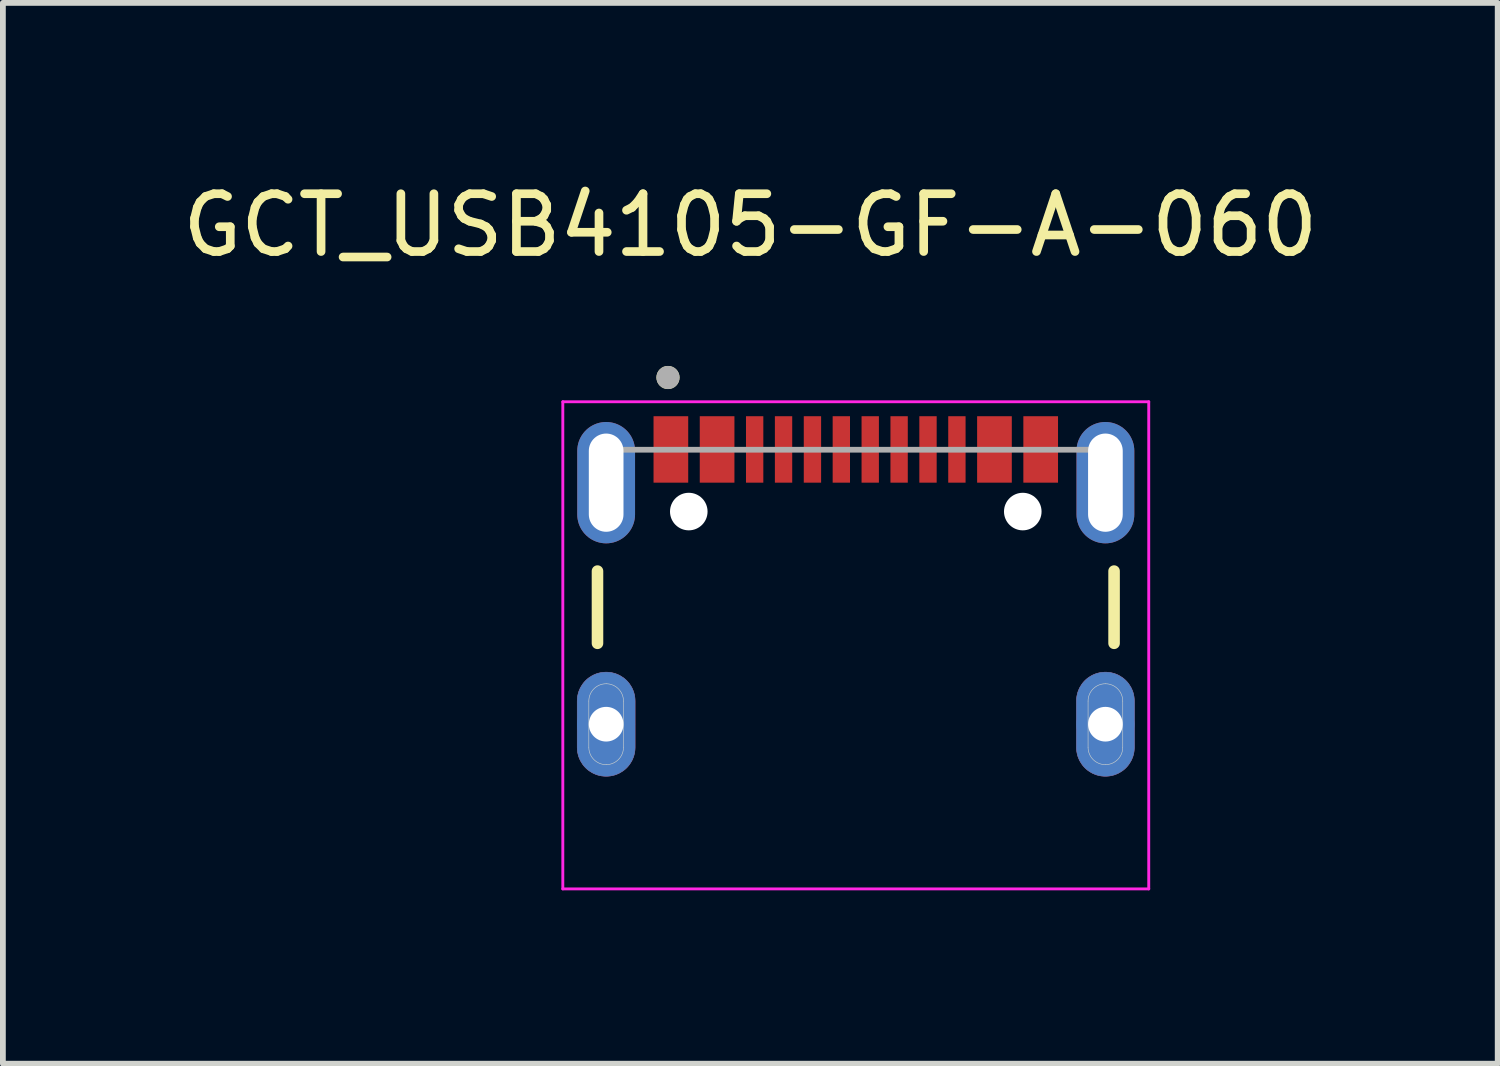
<source format=kicad_pcb>
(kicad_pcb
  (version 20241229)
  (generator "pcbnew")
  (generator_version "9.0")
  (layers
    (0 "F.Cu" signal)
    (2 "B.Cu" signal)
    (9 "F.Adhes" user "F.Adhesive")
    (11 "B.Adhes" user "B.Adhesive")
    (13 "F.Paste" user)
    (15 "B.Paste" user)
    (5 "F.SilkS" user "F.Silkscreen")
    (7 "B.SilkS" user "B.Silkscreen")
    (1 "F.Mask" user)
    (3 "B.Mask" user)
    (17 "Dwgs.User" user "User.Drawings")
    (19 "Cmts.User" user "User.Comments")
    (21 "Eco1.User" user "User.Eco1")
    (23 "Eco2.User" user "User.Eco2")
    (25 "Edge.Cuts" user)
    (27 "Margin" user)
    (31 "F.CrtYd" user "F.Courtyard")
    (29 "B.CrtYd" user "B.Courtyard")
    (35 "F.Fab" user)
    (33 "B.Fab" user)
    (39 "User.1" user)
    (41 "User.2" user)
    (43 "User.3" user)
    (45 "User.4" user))
  (footprint "GCT_USB4105-GF-A-060"
    (layer "F.Cu")
    (at 11.76 9.483)
    (property "Reference" "GCT_USB4105-GF-A-060" (at -1.825 -8.635 0) (layer "F.SilkS") (effects (font (size 1 1) (thickness 0.15))))
    (attr smd)
    (fp_poly (pts (xy -4.82 0) (xy -4.82 -0.4) (xy -4.819 -0.426) (xy -4.817 -0.452) (xy -4.814 -0.478) (xy -4.809 -0.504) (xy -4.803 -0.529) (xy -4.796 -0.555) (xy -4.787 -0.579) (xy -4.777 -0.603) (xy -4.766 -0.627) (xy -4.753 -0.65) (xy -4.739 -0.672) (xy -4.725 -0.694) (xy -4.709 -0.715) (xy -4.692 -0.735) (xy -4.674 -0.754) (xy -4.655 -0.772) (xy -4.635 -0.789) (xy -4.614 -0.805) (xy -4.592 -0.819) (xy -4.57 -0.833) (xy -4.547 -0.846) (xy -4.523 -0.857) (xy -4.499 -0.867) (xy -4.475 -0.876) (xy -4.449 -0.883) (xy -4.424 -0.889) (xy -4.398 -0.894) (xy -4.372 -0.897) (xy -4.346 -0.899) (xy -4.32 -0.9) (xy -4.294 -0.899) (xy -4.268 -0.897) (xy -4.242 -0.894) (xy -4.216 -0.889) (xy -4.191 -0.883) (xy -4.165 -0.876) (xy -4.141 -0.867) (xy -4.117 -0.857) (xy -4.093 -0.846) (xy -4.07 -0.833) (xy -4.048 -0.819) (xy -4.026 -0.805) (xy -4.005 -0.789) (xy -3.985 -0.772) (xy -3.966 -0.754) (xy -3.948 -0.735) (xy -3.931 -0.715) (xy -3.915 -0.694) (xy -3.901 -0.672) (xy -3.887 -0.65) (xy -3.874 -0.627) (xy -3.863 -0.603) (xy -3.853 -0.579) (xy -3.844 -0.555) (xy -3.837 -0.529) (xy -3.831 -0.504) (xy -3.826 -0.478) (xy -3.823 -0.452) (xy -3.821 -0.426) (xy -3.82 -0.4) (xy -3.82 0) (xy -3.82 0.4) (xy -3.821 0.426) (xy -3.823 0.452) (xy -3.826 0.478) (xy -3.831 0.504) (xy -3.837 0.529) (xy -3.844 0.555) (xy -3.853 0.579) (xy -3.863 0.603) (xy -3.874 0.627) (xy -3.887 0.65) (xy -3.901 0.672) (xy -3.915 0.694) (xy -3.931 0.715) (xy -3.948 0.735) (xy -3.966 0.754) (xy -3.985 0.772) (xy -4.005 0.789) (xy -4.026 0.805) (xy -4.048 0.819) (xy -4.07 0.833) (xy -4.093 0.846) (xy -4.117 0.857) (xy -4.141 0.867) (xy -4.165 0.876) (xy -4.191 0.883) (xy -4.216 0.889) (xy -4.242 0.894) (xy -4.268 0.897) (xy -4.294 0.899) (xy -4.32 0.9) (xy -4.346 0.899) (xy -4.372 0.897) (xy -4.398 0.894) (xy -4.424 0.889) (xy -4.449 0.883) (xy -4.475 0.876) (xy -4.499 0.867) (xy -4.523 0.857) (xy -4.547 0.846) (xy -4.57 0.833) (xy -4.592 0.819) (xy -4.614 0.805) (xy -4.635 0.789) (xy -4.655 0.772) (xy -4.674 0.754) (xy -4.692 0.735) (xy -4.709 0.715) (xy -4.725 0.694) (xy -4.739 0.672) (xy -4.753 0.65) (xy -4.766 0.627) (xy -4.777 0.603) (xy -4.787 0.579) (xy -4.796 0.555) (xy -4.803 0.529) (xy -4.809 0.504) (xy -4.814 0.478) (xy -4.817 0.452) (xy -4.819 0.426) (xy -4.82 0.4) (xy -4.82 0)) (stroke (width 0.01) (type solid)) (fill yes) (layer "F.Cu"))
    (fp_poly (pts (xy 3.82 0) (xy 3.82 -0.4) (xy 3.821 -0.426) (xy 3.823 -0.452) (xy 3.826 -0.478) (xy 3.831 -0.504) (xy 3.837 -0.529) (xy 3.844 -0.555) (xy 3.853 -0.579) (xy 3.863 -0.603) (xy 3.874 -0.627) (xy 3.887 -0.65) (xy 3.901 -0.672) (xy 3.915 -0.694) (xy 3.931 -0.715) (xy 3.948 -0.735) (xy 3.966 -0.754) (xy 3.985 -0.772) (xy 4.005 -0.789) (xy 4.026 -0.805) (xy 4.048 -0.819) (xy 4.07 -0.833) (xy 4.093 -0.846) (xy 4.117 -0.857) (xy 4.141 -0.867) (xy 4.165 -0.876) (xy 4.191 -0.883) (xy 4.216 -0.889) (xy 4.242 -0.894) (xy 4.268 -0.897) (xy 4.294 -0.899) (xy 4.32 -0.9) (xy 4.346 -0.899) (xy 4.372 -0.897) (xy 4.398 -0.894) (xy 4.424 -0.889) (xy 4.449 -0.883) (xy 4.475 -0.876) (xy 4.499 -0.867) (xy 4.523 -0.857) (xy 4.547 -0.846) (xy 4.57 -0.833) (xy 4.592 -0.819) (xy 4.614 -0.805) (xy 4.635 -0.789) (xy 4.655 -0.772) (xy 4.674 -0.754) (xy 4.692 -0.735) (xy 4.709 -0.715) (xy 4.725 -0.694) (xy 4.739 -0.672) (xy 4.753 -0.65) (xy 4.766 -0.627) (xy 4.777 -0.603) (xy 4.787 -0.579) (xy 4.796 -0.555) (xy 4.803 -0.529) (xy 4.809 -0.504) (xy 4.814 -0.478) (xy 4.817 -0.452) (xy 4.819 -0.426) (xy 4.82 -0.4) (xy 4.82 0) (xy 4.82 0.4) (xy 4.819 0.426) (xy 4.817 0.452) (xy 4.814 0.478) (xy 4.809 0.504) (xy 4.803 0.529) (xy 4.796 0.555) (xy 4.787 0.579) (xy 4.777 0.603) (xy 4.766 0.627) (xy 4.753 0.65) (xy 4.739 0.672) (xy 4.725 0.694) (xy 4.709 0.715) (xy 4.692 0.735) (xy 4.674 0.754) (xy 4.655 0.772) (xy 4.635 0.789) (xy 4.614 0.805) (xy 4.592 0.819) (xy 4.57 0.833) (xy 4.547 0.846) (xy 4.523 0.857) (xy 4.499 0.867) (xy 4.475 0.876) (xy 4.449 0.883) (xy 4.424 0.889) (xy 4.398 0.894) (xy 4.372 0.897) (xy 4.346 0.899) (xy 4.32 0.9) (xy 4.294 0.899) (xy 4.268 0.897) (xy 4.242 0.894) (xy 4.216 0.889) (xy 4.191 0.883) (xy 4.165 0.876) (xy 4.141 0.867) (xy 4.117 0.857) (xy 4.093 0.846) (xy 4.07 0.833) (xy 4.048 0.819) (xy 4.026 0.805) (xy 4.005 0.789) (xy 3.985 0.772) (xy 3.966 0.754) (xy 3.948 0.735) (xy 3.931 0.715) (xy 3.915 0.694) (xy 3.901 0.672) (xy 3.887 0.65) (xy 3.874 0.627) (xy 3.863 0.603) (xy 3.853 0.579) (xy 3.844 0.555) (xy 3.837 0.529) (xy 3.831 0.504) (xy 3.826 0.478) (xy 3.823 0.452) (xy 3.821 0.426) (xy 3.82 0.4) (xy 3.82 0)) (stroke (width 0.01) (type solid)) (fill yes) (layer "F.Cu"))
    (fp_poly (pts (xy -4.92 0) (xy -4.92 -0.4) (xy -4.919 -0.431) (xy -4.917 -0.463) (xy -4.913 -0.494) (xy -4.907 -0.525) (xy -4.9 -0.555) (xy -4.891 -0.585) (xy -4.88 -0.615) (xy -4.868 -0.644) (xy -4.855 -0.672) (xy -4.84 -0.7) (xy -4.823 -0.727) (xy -4.805 -0.753) (xy -4.786 -0.778) (xy -4.766 -0.801) (xy -4.744 -0.824) (xy -4.721 -0.846) (xy -4.698 -0.866) (xy -4.673 -0.885) (xy -4.647 -0.903) (xy -4.62 -0.92) (xy -4.592 -0.935) (xy -4.564 -0.948) (xy -4.535 -0.96) (xy -4.505 -0.971) (xy -4.475 -0.98) (xy -4.445 -0.987) (xy -4.414 -0.993) (xy -4.383 -0.997) (xy -4.351 -0.999) (xy -4.32 -1) (xy -4.289 -0.999) (xy -4.257 -0.997) (xy -4.226 -0.993) (xy -4.195 -0.987) (xy -4.165 -0.98) (xy -4.135 -0.971) (xy -4.105 -0.96) (xy -4.076 -0.948) (xy -4.048 -0.935) (xy -4.02 -0.92) (xy -3.993 -0.903) (xy -3.967 -0.885) (xy -3.942 -0.866) (xy -3.919 -0.846) (xy -3.896 -0.824) (xy -3.874 -0.801) (xy -3.854 -0.778) (xy -3.835 -0.753) (xy -3.817 -0.727) (xy -3.8 -0.7) (xy -3.785 -0.672) (xy -3.772 -0.644) (xy -3.76 -0.615) (xy -3.749 -0.585) (xy -3.74 -0.555) (xy -3.733 -0.525) (xy -3.727 -0.494) (xy -3.723 -0.463) (xy -3.721 -0.431) (xy -3.72 -0.4) (xy -3.72 0) (xy -3.72 0.4) (xy -3.721 0.431) (xy -3.723 0.463) (xy -3.727 0.494) (xy -3.733 0.525) (xy -3.74 0.555) (xy -3.749 0.585) (xy -3.76 0.615) (xy -3.772 0.644) (xy -3.785 0.672) (xy -3.8 0.7) (xy -3.817 0.727) (xy -3.835 0.753) (xy -3.854 0.778) (xy -3.874 0.801) (xy -3.896 0.824) (xy -3.919 0.846) (xy -3.942 0.866) (xy -3.967 0.885) (xy -3.993 0.903) (xy -4.02 0.92) (xy -4.048 0.935) (xy -4.076 0.948) (xy -4.105 0.96) (xy -4.135 0.971) (xy -4.165 0.98) (xy -4.195 0.987) (xy -4.226 0.993) (xy -4.257 0.997) (xy -4.289 0.999) (xy -4.32 1) (xy -4.351 0.999) (xy -4.383 0.997) (xy -4.414 0.993) (xy -4.445 0.987) (xy -4.475 0.98) (xy -4.505 0.971) (xy -4.535 0.96) (xy -4.564 0.948) (xy -4.592 0.935) (xy -4.62 0.92) (xy -4.647 0.903) (xy -4.673 0.885) (xy -4.698 0.866) (xy -4.721 0.846) (xy -4.744 0.824) (xy -4.766 0.801) (xy -4.786 0.778) (xy -4.805 0.753) (xy -4.823 0.727) (xy -4.84 0.7) (xy -4.855 0.672) (xy -4.868 0.644) (xy -4.88 0.615) (xy -4.891 0.585) (xy -4.9 0.555) (xy -4.907 0.525) (xy -4.913 0.494) (xy -4.917 0.463) (xy -4.919 0.431) (xy -4.92 0.4) (xy -4.92 0)) (stroke (width 0.01) (type solid)) (fill yes) (layer "F.Mask"))
    (fp_poly (pts (xy 3.72 0) (xy 3.72 -0.4) (xy 3.721 -0.431) (xy 3.723 -0.463) (xy 3.727 -0.494) (xy 3.733 -0.525) (xy 3.74 -0.555) (xy 3.749 -0.585) (xy 3.76 -0.615) (xy 3.772 -0.644) (xy 3.785 -0.672) (xy 3.8 -0.7) (xy 3.817 -0.727) (xy 3.835 -0.753) (xy 3.854 -0.778) (xy 3.874 -0.801) (xy 3.896 -0.824) (xy 3.919 -0.846) (xy 3.942 -0.866) (xy 3.967 -0.885) (xy 3.993 -0.903) (xy 4.02 -0.92) (xy 4.048 -0.935) (xy 4.076 -0.948) (xy 4.105 -0.96) (xy 4.135 -0.971) (xy 4.165 -0.98) (xy 4.195 -0.987) (xy 4.226 -0.993) (xy 4.257 -0.997) (xy 4.289 -0.999) (xy 4.32 -1) (xy 4.351 -0.999) (xy 4.383 -0.997) (xy 4.414 -0.993) (xy 4.445 -0.987) (xy 4.475 -0.98) (xy 4.505 -0.971) (xy 4.535 -0.96) (xy 4.564 -0.948) (xy 4.592 -0.935) (xy 4.62 -0.92) (xy 4.647 -0.903) (xy 4.673 -0.885) (xy 4.698 -0.866) (xy 4.721 -0.846) (xy 4.744 -0.824) (xy 4.766 -0.801) (xy 4.786 -0.778) (xy 4.805 -0.753) (xy 4.823 -0.727) (xy 4.84 -0.7) (xy 4.855 -0.672) (xy 4.868 -0.644) (xy 4.88 -0.615) (xy 4.891 -0.585) (xy 4.9 -0.555) (xy 4.907 -0.525) (xy 4.913 -0.494) (xy 4.917 -0.463) (xy 4.919 -0.431) (xy 4.92 -0.4) (xy 4.92 0) (xy 4.92 0.4) (xy 4.919 0.431) (xy 4.917 0.463) (xy 4.913 0.494) (xy 4.907 0.525) (xy 4.9 0.555) (xy 4.891 0.585) (xy 4.88 0.615) (xy 4.868 0.644) (xy 4.855 0.672) (xy 4.84 0.7) (xy 4.823 0.727) (xy 4.805 0.753) (xy 4.786 0.778) (xy 4.766 0.801) (xy 4.744 0.824) (xy 4.721 0.846) (xy 4.698 0.866) (xy 4.673 0.885) (xy 4.647 0.903) (xy 4.62 0.92) (xy 4.592 0.935) (xy 4.564 0.948) (xy 4.535 0.96) (xy 4.505 0.971) (xy 4.475 0.98) (xy 4.445 0.987) (xy 4.414 0.993) (xy 4.383 0.997) (xy 4.351 0.999) (xy 4.32 1) (xy 4.289 0.999) (xy 4.257 0.997) (xy 4.226 0.993) (xy 4.195 0.987) (xy 4.165 0.98) (xy 4.135 0.971) (xy 4.105 0.96) (xy 4.076 0.948) (xy 4.048 0.935) (xy 4.02 0.92) (xy 3.993 0.903) (xy 3.967 0.885) (xy 3.942 0.866) (xy 3.919 0.846) (xy 3.896 0.824) (xy 3.874 0.801) (xy 3.854 0.778) (xy 3.835 0.753) (xy 3.817 0.727) (xy 3.8 0.7) (xy 3.785 0.672) (xy 3.772 0.644) (xy 3.76 0.615) (xy 3.749 0.585) (xy 3.74 0.555) (xy 3.733 0.525) (xy 3.727 0.494) (xy 3.723 0.463) (xy 3.721 0.431) (xy 3.72 0.4) (xy 3.72 0)) (stroke (width 0.01) (type solid)) (fill yes) (layer "F.Mask"))
    (fp_poly (pts (xy -4.82 0) (xy -4.82 -0.4) (xy -4.819 -0.426) (xy -4.817 -0.452) (xy -4.814 -0.478) (xy -4.809 -0.504) (xy -4.803 -0.529) (xy -4.796 -0.555) (xy -4.787 -0.579) (xy -4.777 -0.603) (xy -4.766 -0.627) (xy -4.753 -0.65) (xy -4.739 -0.672) (xy -4.725 -0.694) (xy -4.709 -0.715) (xy -4.692 -0.735) (xy -4.674 -0.754) (xy -4.655 -0.772) (xy -4.635 -0.789) (xy -4.614 -0.805) (xy -4.592 -0.819) (xy -4.57 -0.833) (xy -4.547 -0.846) (xy -4.523 -0.857) (xy -4.499 -0.867) (xy -4.475 -0.876) (xy -4.449 -0.883) (xy -4.424 -0.889) (xy -4.398 -0.894) (xy -4.372 -0.897) (xy -4.346 -0.899) (xy -4.32 -0.9) (xy -4.294 -0.899) (xy -4.268 -0.897) (xy -4.242 -0.894) (xy -4.216 -0.889) (xy -4.191 -0.883) (xy -4.165 -0.876) (xy -4.141 -0.867) (xy -4.117 -0.857) (xy -4.093 -0.846) (xy -4.07 -0.833) (xy -4.048 -0.819) (xy -4.026 -0.805) (xy -4.005 -0.789) (xy -3.985 -0.772) (xy -3.966 -0.754) (xy -3.948 -0.735) (xy -3.931 -0.715) (xy -3.915 -0.694) (xy -3.901 -0.672) (xy -3.887 -0.65) (xy -3.874 -0.627) (xy -3.863 -0.603) (xy -3.853 -0.579) (xy -3.844 -0.555) (xy -3.837 -0.529) (xy -3.831 -0.504) (xy -3.826 -0.478) (xy -3.823 -0.452) (xy -3.821 -0.426) (xy -3.82 -0.4) (xy -3.82 0) (xy -3.82 0.4) (xy -3.821 0.426) (xy -3.823 0.452) (xy -3.826 0.478) (xy -3.831 0.504) (xy -3.837 0.529) (xy -3.844 0.555) (xy -3.853 0.579) (xy -3.863 0.603) (xy -3.874 0.627) (xy -3.887 0.65) (xy -3.901 0.672) (xy -3.915 0.694) (xy -3.931 0.715) (xy -3.948 0.735) (xy -3.966 0.754) (xy -3.985 0.772) (xy -4.005 0.789) (xy -4.026 0.805) (xy -4.048 0.819) (xy -4.07 0.833) (xy -4.093 0.846) (xy -4.117 0.857) (xy -4.141 0.867) (xy -4.165 0.876) (xy -4.191 0.883) (xy -4.216 0.889) (xy -4.242 0.894) (xy -4.268 0.897) (xy -4.294 0.899) (xy -4.32 0.9) (xy -4.346 0.899) (xy -4.372 0.897) (xy -4.398 0.894) (xy -4.424 0.889) (xy -4.449 0.883) (xy -4.475 0.876) (xy -4.499 0.867) (xy -4.523 0.857) (xy -4.547 0.846) (xy -4.57 0.833) (xy -4.592 0.819) (xy -4.614 0.805) (xy -4.635 0.789) (xy -4.655 0.772) (xy -4.674 0.754) (xy -4.692 0.735) (xy -4.709 0.715) (xy -4.725 0.694) (xy -4.739 0.672) (xy -4.753 0.65) (xy -4.766 0.627) (xy -4.777 0.603) (xy -4.787 0.579) (xy -4.796 0.555) (xy -4.803 0.529) (xy -4.809 0.504) (xy -4.814 0.478) (xy -4.817 0.452) (xy -4.819 0.426) (xy -4.82 0.4) (xy -4.82 0)) (stroke (width 0.01) (type solid)) (fill yes) (layer "B.Cu"))
    (fp_poly (pts (xy 3.82 0) (xy 3.82 -0.4) (xy 3.821 -0.426) (xy 3.823 -0.452) (xy 3.826 -0.478) (xy 3.831 -0.504) (xy 3.837 -0.529) (xy 3.844 -0.555) (xy 3.853 -0.579) (xy 3.863 -0.603) (xy 3.874 -0.627) (xy 3.887 -0.65) (xy 3.901 -0.672) (xy 3.915 -0.694) (xy 3.931 -0.715) (xy 3.948 -0.735) (xy 3.966 -0.754) (xy 3.985 -0.772) (xy 4.005 -0.789) (xy 4.026 -0.805) (xy 4.048 -0.819) (xy 4.07 -0.833) (xy 4.093 -0.846) (xy 4.117 -0.857) (xy 4.141 -0.867) (xy 4.165 -0.876) (xy 4.191 -0.883) (xy 4.216 -0.889) (xy 4.242 -0.894) (xy 4.268 -0.897) (xy 4.294 -0.899) (xy 4.32 -0.9) (xy 4.346 -0.899) (xy 4.372 -0.897) (xy 4.398 -0.894) (xy 4.424 -0.889) (xy 4.449 -0.883) (xy 4.475 -0.876) (xy 4.499 -0.867) (xy 4.523 -0.857) (xy 4.547 -0.846) (xy 4.57 -0.833) (xy 4.592 -0.819) (xy 4.614 -0.805) (xy 4.635 -0.789) (xy 4.655 -0.772) (xy 4.674 -0.754) (xy 4.692 -0.735) (xy 4.709 -0.715) (xy 4.725 -0.694) (xy 4.739 -0.672) (xy 4.753 -0.65) (xy 4.766 -0.627) (xy 4.777 -0.603) (xy 4.787 -0.579) (xy 4.796 -0.555) (xy 4.803 -0.529) (xy 4.809 -0.504) (xy 4.814 -0.478) (xy 4.817 -0.452) (xy 4.819 -0.426) (xy 4.82 -0.4) (xy 4.82 0) (xy 4.82 0.4) (xy 4.819 0.426) (xy 4.817 0.452) (xy 4.814 0.478) (xy 4.809 0.504) (xy 4.803 0.529) (xy 4.796 0.555) (xy 4.787 0.579) (xy 4.777 0.603) (xy 4.766 0.627) (xy 4.753 0.65) (xy 4.739 0.672) (xy 4.725 0.694) (xy 4.709 0.715) (xy 4.692 0.735) (xy 4.674 0.754) (xy 4.655 0.772) (xy 4.635 0.789) (xy 4.614 0.805) (xy 4.592 0.819) (xy 4.57 0.833) (xy 4.547 0.846) (xy 4.523 0.857) (xy 4.499 0.867) (xy 4.475 0.876) (xy 4.449 0.883) (xy 4.424 0.889) (xy 4.398 0.894) (xy 4.372 0.897) (xy 4.346 0.899) (xy 4.32 0.9) (xy 4.294 0.899) (xy 4.268 0.897) (xy 4.242 0.894) (xy 4.216 0.889) (xy 4.191 0.883) (xy 4.165 0.876) (xy 4.141 0.867) (xy 4.117 0.857) (xy 4.093 0.846) (xy 4.07 0.833) (xy 4.048 0.819) (xy 4.026 0.805) (xy 4.005 0.789) (xy 3.985 0.772) (xy 3.966 0.754) (xy 3.948 0.735) (xy 3.931 0.715) (xy 3.915 0.694) (xy 3.901 0.672) (xy 3.887 0.65) (xy 3.874 0.627) (xy 3.863 0.603) (xy 3.853 0.579) (xy 3.844 0.555) (xy 3.837 0.529) (xy 3.831 0.504) (xy 3.826 0.478) (xy 3.823 0.452) (xy 3.821 0.426) (xy 3.82 0.4) (xy 3.82 0)) (stroke (width 0.01) (type solid)) (fill yes) (layer "B.Cu"))
    (fp_poly (pts (xy -4.92 0) (xy -4.92 -0.4) (xy -4.919 -0.431) (xy -4.917 -0.463) (xy -4.913 -0.494) (xy -4.907 -0.525) (xy -4.9 -0.555) (xy -4.891 -0.585) (xy -4.88 -0.615) (xy -4.868 -0.644) (xy -4.855 -0.672) (xy -4.84 -0.7) (xy -4.823 -0.727) (xy -4.805 -0.753) (xy -4.786 -0.778) (xy -4.766 -0.801) (xy -4.744 -0.824) (xy -4.721 -0.846) (xy -4.698 -0.866) (xy -4.673 -0.885) (xy -4.647 -0.903) (xy -4.62 -0.92) (xy -4.592 -0.935) (xy -4.564 -0.948) (xy -4.535 -0.96) (xy -4.505 -0.971) (xy -4.475 -0.98) (xy -4.445 -0.987) (xy -4.414 -0.993) (xy -4.383 -0.997) (xy -4.351 -0.999) (xy -4.32 -1) (xy -4.289 -0.999) (xy -4.257 -0.997) (xy -4.226 -0.993) (xy -4.195 -0.987) (xy -4.165 -0.98) (xy -4.135 -0.971) (xy -4.105 -0.96) (xy -4.076 -0.948) (xy -4.048 -0.935) (xy -4.02 -0.92) (xy -3.993 -0.903) (xy -3.967 -0.885) (xy -3.942 -0.866) (xy -3.919 -0.846) (xy -3.896 -0.824) (xy -3.874 -0.801) (xy -3.854 -0.778) (xy -3.835 -0.753) (xy -3.817 -0.727) (xy -3.8 -0.7) (xy -3.785 -0.672) (xy -3.772 -0.644) (xy -3.76 -0.615) (xy -3.749 -0.585) (xy -3.74 -0.555) (xy -3.733 -0.525) (xy -3.727 -0.494) (xy -3.723 -0.463) (xy -3.721 -0.431) (xy -3.72 -0.4) (xy -3.72 0) (xy -3.72 0.4) (xy -3.721 0.431) (xy -3.723 0.463) (xy -3.727 0.494) (xy -3.733 0.525) (xy -3.74 0.555) (xy -3.749 0.585) (xy -3.76 0.615) (xy -3.772 0.644) (xy -3.785 0.672) (xy -3.8 0.7) (xy -3.817 0.727) (xy -3.835 0.753) (xy -3.854 0.778) (xy -3.874 0.801) (xy -3.896 0.824) (xy -3.919 0.846) (xy -3.942 0.866) (xy -3.967 0.885) (xy -3.993 0.903) (xy -4.02 0.92) (xy -4.048 0.935) (xy -4.076 0.948) (xy -4.105 0.96) (xy -4.135 0.971) (xy -4.165 0.98) (xy -4.195 0.987) (xy -4.226 0.993) (xy -4.257 0.997) (xy -4.289 0.999) (xy -4.32 1) (xy -4.351 0.999) (xy -4.383 0.997) (xy -4.414 0.993) (xy -4.445 0.987) (xy -4.475 0.98) (xy -4.505 0.971) (xy -4.535 0.96) (xy -4.564 0.948) (xy -4.592 0.935) (xy -4.62 0.92) (xy -4.647 0.903) (xy -4.673 0.885) (xy -4.698 0.866) (xy -4.721 0.846) (xy -4.744 0.824) (xy -4.766 0.801) (xy -4.786 0.778) (xy -4.805 0.753) (xy -4.823 0.727) (xy -4.84 0.7) (xy -4.855 0.672) (xy -4.868 0.644) (xy -4.88 0.615) (xy -4.891 0.585) (xy -4.9 0.555) (xy -4.907 0.525) (xy -4.913 0.494) (xy -4.917 0.463) (xy -4.919 0.431) (xy -4.92 0.4) (xy -4.92 0)) (stroke (width 0.01) (type solid)) (fill yes) (layer "B.Mask"))
    (fp_poly (pts (xy 3.72 0) (xy 3.72 -0.4) (xy 3.721 -0.431) (xy 3.723 -0.463) (xy 3.727 -0.494) (xy 3.733 -0.525) (xy 3.74 -0.555) (xy 3.749 -0.585) (xy 3.76 -0.615) (xy 3.772 -0.644) (xy 3.785 -0.672) (xy 3.8 -0.7) (xy 3.817 -0.727) (xy 3.835 -0.753) (xy 3.854 -0.778) (xy 3.874 -0.801) (xy 3.896 -0.824) (xy 3.919 -0.846) (xy 3.942 -0.866) (xy 3.967 -0.885) (xy 3.993 -0.903) (xy 4.02 -0.92) (xy 4.048 -0.935) (xy 4.076 -0.948) (xy 4.105 -0.96) (xy 4.135 -0.971) (xy 4.165 -0.98) (xy 4.195 -0.987) (xy 4.226 -0.993) (xy 4.257 -0.997) (xy 4.289 -0.999) (xy 4.32 -1) (xy 4.351 -0.999) (xy 4.383 -0.997) (xy 4.414 -0.993) (xy 4.445 -0.987) (xy 4.475 -0.98) (xy 4.505 -0.971) (xy 4.535 -0.96) (xy 4.564 -0.948) (xy 4.592 -0.935) (xy 4.62 -0.92) (xy 4.647 -0.903) (xy 4.673 -0.885) (xy 4.698 -0.866) (xy 4.721 -0.846) (xy 4.744 -0.824) (xy 4.766 -0.801) (xy 4.786 -0.778) (xy 4.805 -0.753) (xy 4.823 -0.727) (xy 4.84 -0.7) (xy 4.855 -0.672) (xy 4.868 -0.644) (xy 4.88 -0.615) (xy 4.891 -0.585) (xy 4.9 -0.555) (xy 4.907 -0.525) (xy 4.913 -0.494) (xy 4.917 -0.463) (xy 4.919 -0.431) (xy 4.92 -0.4) (xy 4.92 0) (xy 4.92 0.4) (xy 4.919 0.431) (xy 4.917 0.463) (xy 4.913 0.494) (xy 4.907 0.525) (xy 4.9 0.555) (xy 4.891 0.585) (xy 4.88 0.615) (xy 4.868 0.644) (xy 4.855 0.672) (xy 4.84 0.7) (xy 4.823 0.727) (xy 4.805 0.753) (xy 4.786 0.778) (xy 4.766 0.801) (xy 4.744 0.824) (xy 4.721 0.846) (xy 4.698 0.866) (xy 4.673 0.885) (xy 4.647 0.903) (xy 4.62 0.92) (xy 4.592 0.935) (xy 4.564 0.948) (xy 4.535 0.96) (xy 4.505 0.971) (xy 4.475 0.98) (xy 4.445 0.987) (xy 4.414 0.993) (xy 4.383 0.997) (xy 4.351 0.999) (xy 4.32 1) (xy 4.289 0.999) (xy 4.257 0.997) (xy 4.226 0.993) (xy 4.195 0.987) (xy 4.165 0.98) (xy 4.135 0.971) (xy 4.105 0.96) (xy 4.076 0.948) (xy 4.048 0.935) (xy 4.02 0.92) (xy 3.993 0.903) (xy 3.967 0.885) (xy 3.942 0.866) (xy 3.919 0.846) (xy 3.896 0.824) (xy 3.874 0.801) (xy 3.854 0.778) (xy 3.835 0.753) (xy 3.817 0.727) (xy 3.8 0.7) (xy 3.785 0.672) (xy 3.772 0.644) (xy 3.76 0.615) (xy 3.749 0.585) (xy 3.74 0.555) (xy 3.733 0.525) (xy 3.727 0.494) (xy 3.723 0.463) (xy 3.721 0.431) (xy 3.72 0.4) (xy 3.72 0)) (stroke (width 0.01) (type solid)) (fill yes) (layer "B.Mask"))
    (fp_line (start -4.47 -2.65) (end -4.47 -1.4) (stroke (width 0.2) (type solid)) (layer "F.SilkS"))
    (fp_line (start 4.47 -2.65) (end 4.47 -1.4) (stroke (width 0.2) (type solid)) (layer "F.SilkS"))
    (fp_circle (center -3.25 -6) (end -3.15 -6) (stroke (width 0.2) (type solid)) (fill no) (layer "F.SilkS"))
    (fp_line (start -4.62 0.4) (end -4.62 -0.4) (stroke (width 0.01) (type solid)) (layer "Edge.Cuts"))
    (fp_line (start -4.02 -0.4) (end -4.02 0.4) (stroke (width 0.01) (type solid)) (layer "Edge.Cuts"))
    (fp_line (start 4.02 0.4) (end 4.02 -0.4) (stroke (width 0.01) (type solid)) (layer "Edge.Cuts"))
    (fp_line (start 4.62 -0.4) (end 4.62 0.4) (stroke (width 0.01) (type solid)) (layer "Edge.Cuts"))
    (fp_arc (start -4.62 -0.4) (mid -4.532132 -0.612132) (end -4.32 -0.7) (stroke (width 0.01) (type solid)) (layer "Edge.Cuts"))
    (fp_arc (start -4.32 -0.7) (mid -4.107868 -0.612132) (end -4.02 -0.4) (stroke (width 0.01) (type solid)) (layer "Edge.Cuts"))
    (fp_arc (start -4.32 0.7) (mid -4.532132 0.612132) (end -4.62 0.4) (stroke (width 0.01) (type solid)) (layer "Edge.Cuts"))
    (fp_arc (start -4.02 0.4) (mid -4.107868 0.612132) (end -4.32 0.7) (stroke (width 0.01) (type solid)) (layer "Edge.Cuts"))
    (fp_arc (start 4.02 -0.4) (mid 4.107868 -0.612132) (end 4.32 -0.7) (stroke (width 0.01) (type solid)) (layer "Edge.Cuts"))
    (fp_arc (start 4.32 -0.7) (mid 4.532132 -0.612132) (end 4.62 -0.4) (stroke (width 0.01) (type solid)) (layer "Edge.Cuts"))
    (fp_arc (start 4.32 0.7) (mid 4.107868 0.612132) (end 4.02 0.4) (stroke (width 0.01) (type solid)) (layer "Edge.Cuts"))
    (fp_arc (start 4.62 0.4) (mid 4.532132 0.612132) (end 4.32 0.7) (stroke (width 0.01) (type solid)) (layer "Edge.Cuts"))
    (fp_line (start -5.07 -5.58) (end -5.07 2.85) (stroke (width 0.05) (type solid)) (layer "F.CrtYd"))
    (fp_line (start -5.07 2.85) (end 5.07 2.85) (stroke (width 0.05) (type solid)) (layer "F.CrtYd"))
    (fp_line (start 5.07 -5.58) (end -5.07 -5.58) (stroke (width 0.05) (type solid)) (layer "F.CrtYd"))
    (fp_line (start 5.07 2.85) (end 5.07 -5.58) (stroke (width 0.05) (type solid)) (layer "F.CrtYd"))
    (fp_line (start -4.47 -4.75) (end 4.47 -4.75) (stroke (width 0.1) (type solid)) (layer "F.Fab"))
    (fp_circle (center -3.25 -6) (end -3.15 -6) (stroke (width 0.2) (type solid)) (fill no) (layer "F.Fab"))
    (fp_line (start -4.47 2.6) (end -4.47 -4.75) (stroke (width 0.1) (type solid)) (layer "User.5"))
    (fp_line (start 4.47 -4.75) (end 4.47 2.6) (stroke (width 0.1) (type solid)) (layer "User.5"))
    (fp_line (start 4.47 2.6) (end -4.47 2.6) (stroke (width 0.1) (type solid)) (layer "User.5"))
    (pad "" np_thru_hole circle (at -2.89 -3.68) (size 0.65 0.65) (drill 0.65) (layers "*.Cu" "*.Mask"))
    (pad "" np_thru_hole circle (at 2.89 -3.68) (size 0.65 0.65) (drill 0.65) (layers "*.Cu" "*.Mask"))
    (pad "A1_B12" smd rect (at -3.2 -4.755) (size 0.6 1.15) (layers "F.Cu" "F.Mask" "F.Paste"))
    (pad "A4_B9" smd rect (at -2.4 -4.755) (size 0.6 1.15) (layers "F.Cu" "F.Mask" "F.Paste"))
    (pad "A5" smd rect (at -1.25 -4.755) (size 0.3 1.15) (layers "F.Cu" "F.Mask" "F.Paste"))
    (pad "A6" smd rect (at -0.25 -4.755) (size 0.3 1.15) (layers "F.Cu" "F.Mask" "F.Paste"))
    (pad "A7" smd rect (at 0.25 -4.755) (size 0.3 1.15) (layers "F.Cu" "F.Mask" "F.Paste"))
    (pad "A8" smd rect (at 1.25 -4.755) (size 0.3 1.15) (layers "F.Cu" "F.Mask" "F.Paste"))
    (pad "B1_A12" smd rect (at 3.2 -4.755) (size 0.6 1.15) (layers "F.Cu" "F.Mask" "F.Paste"))
    (pad "B4_A9" smd rect (at 2.4 -4.755) (size 0.6 1.15) (layers "F.Cu" "F.Mask" "F.Paste"))
    (pad "B5" smd rect (at 1.75 -4.755) (size 0.3 1.15) (layers "F.Cu" "F.Mask" "F.Paste"))
    (pad "B6" smd rect (at 0.75 -4.755) (size 0.3 1.15) (layers "F.Cu" "F.Mask" "F.Paste"))
    (pad "B7" smd rect (at -0.75 -4.755) (size 0.3 1.15) (layers "F.Cu" "F.Mask" "F.Paste"))
    (pad "B8" smd rect (at -1.75 -4.755) (size 0.3 1.15) (layers "F.Cu" "F.Mask" "F.Paste"))
    (pad "SH1" thru_hole oval (at -4.32 -4.18) (size 1 2.1) (drill oval 0.6 1.7) (layers "*.Cu" "*.Mask"))
    (pad "SH2" thru_hole oval (at 4.32 -4.18) (size 1 2.1) (drill oval 0.6 1.7) (layers "*.Cu" "*.Mask"))
    (pad "SH3" thru_hole circle (at -4.32 0) (size 1 1) (drill 0.6) (layers "*.Cu"))
    (pad "SH4" thru_hole circle (at 4.32 0) (size 1 1) (drill 0.6) (layers "*.Cu")))
  (gr_rect
    (start -3 -3)
    (end 22.869 15.358)
    (stroke (width 0.1) (type default))
    (fill no)
    (layer "Edge.Cuts")))
</source>
